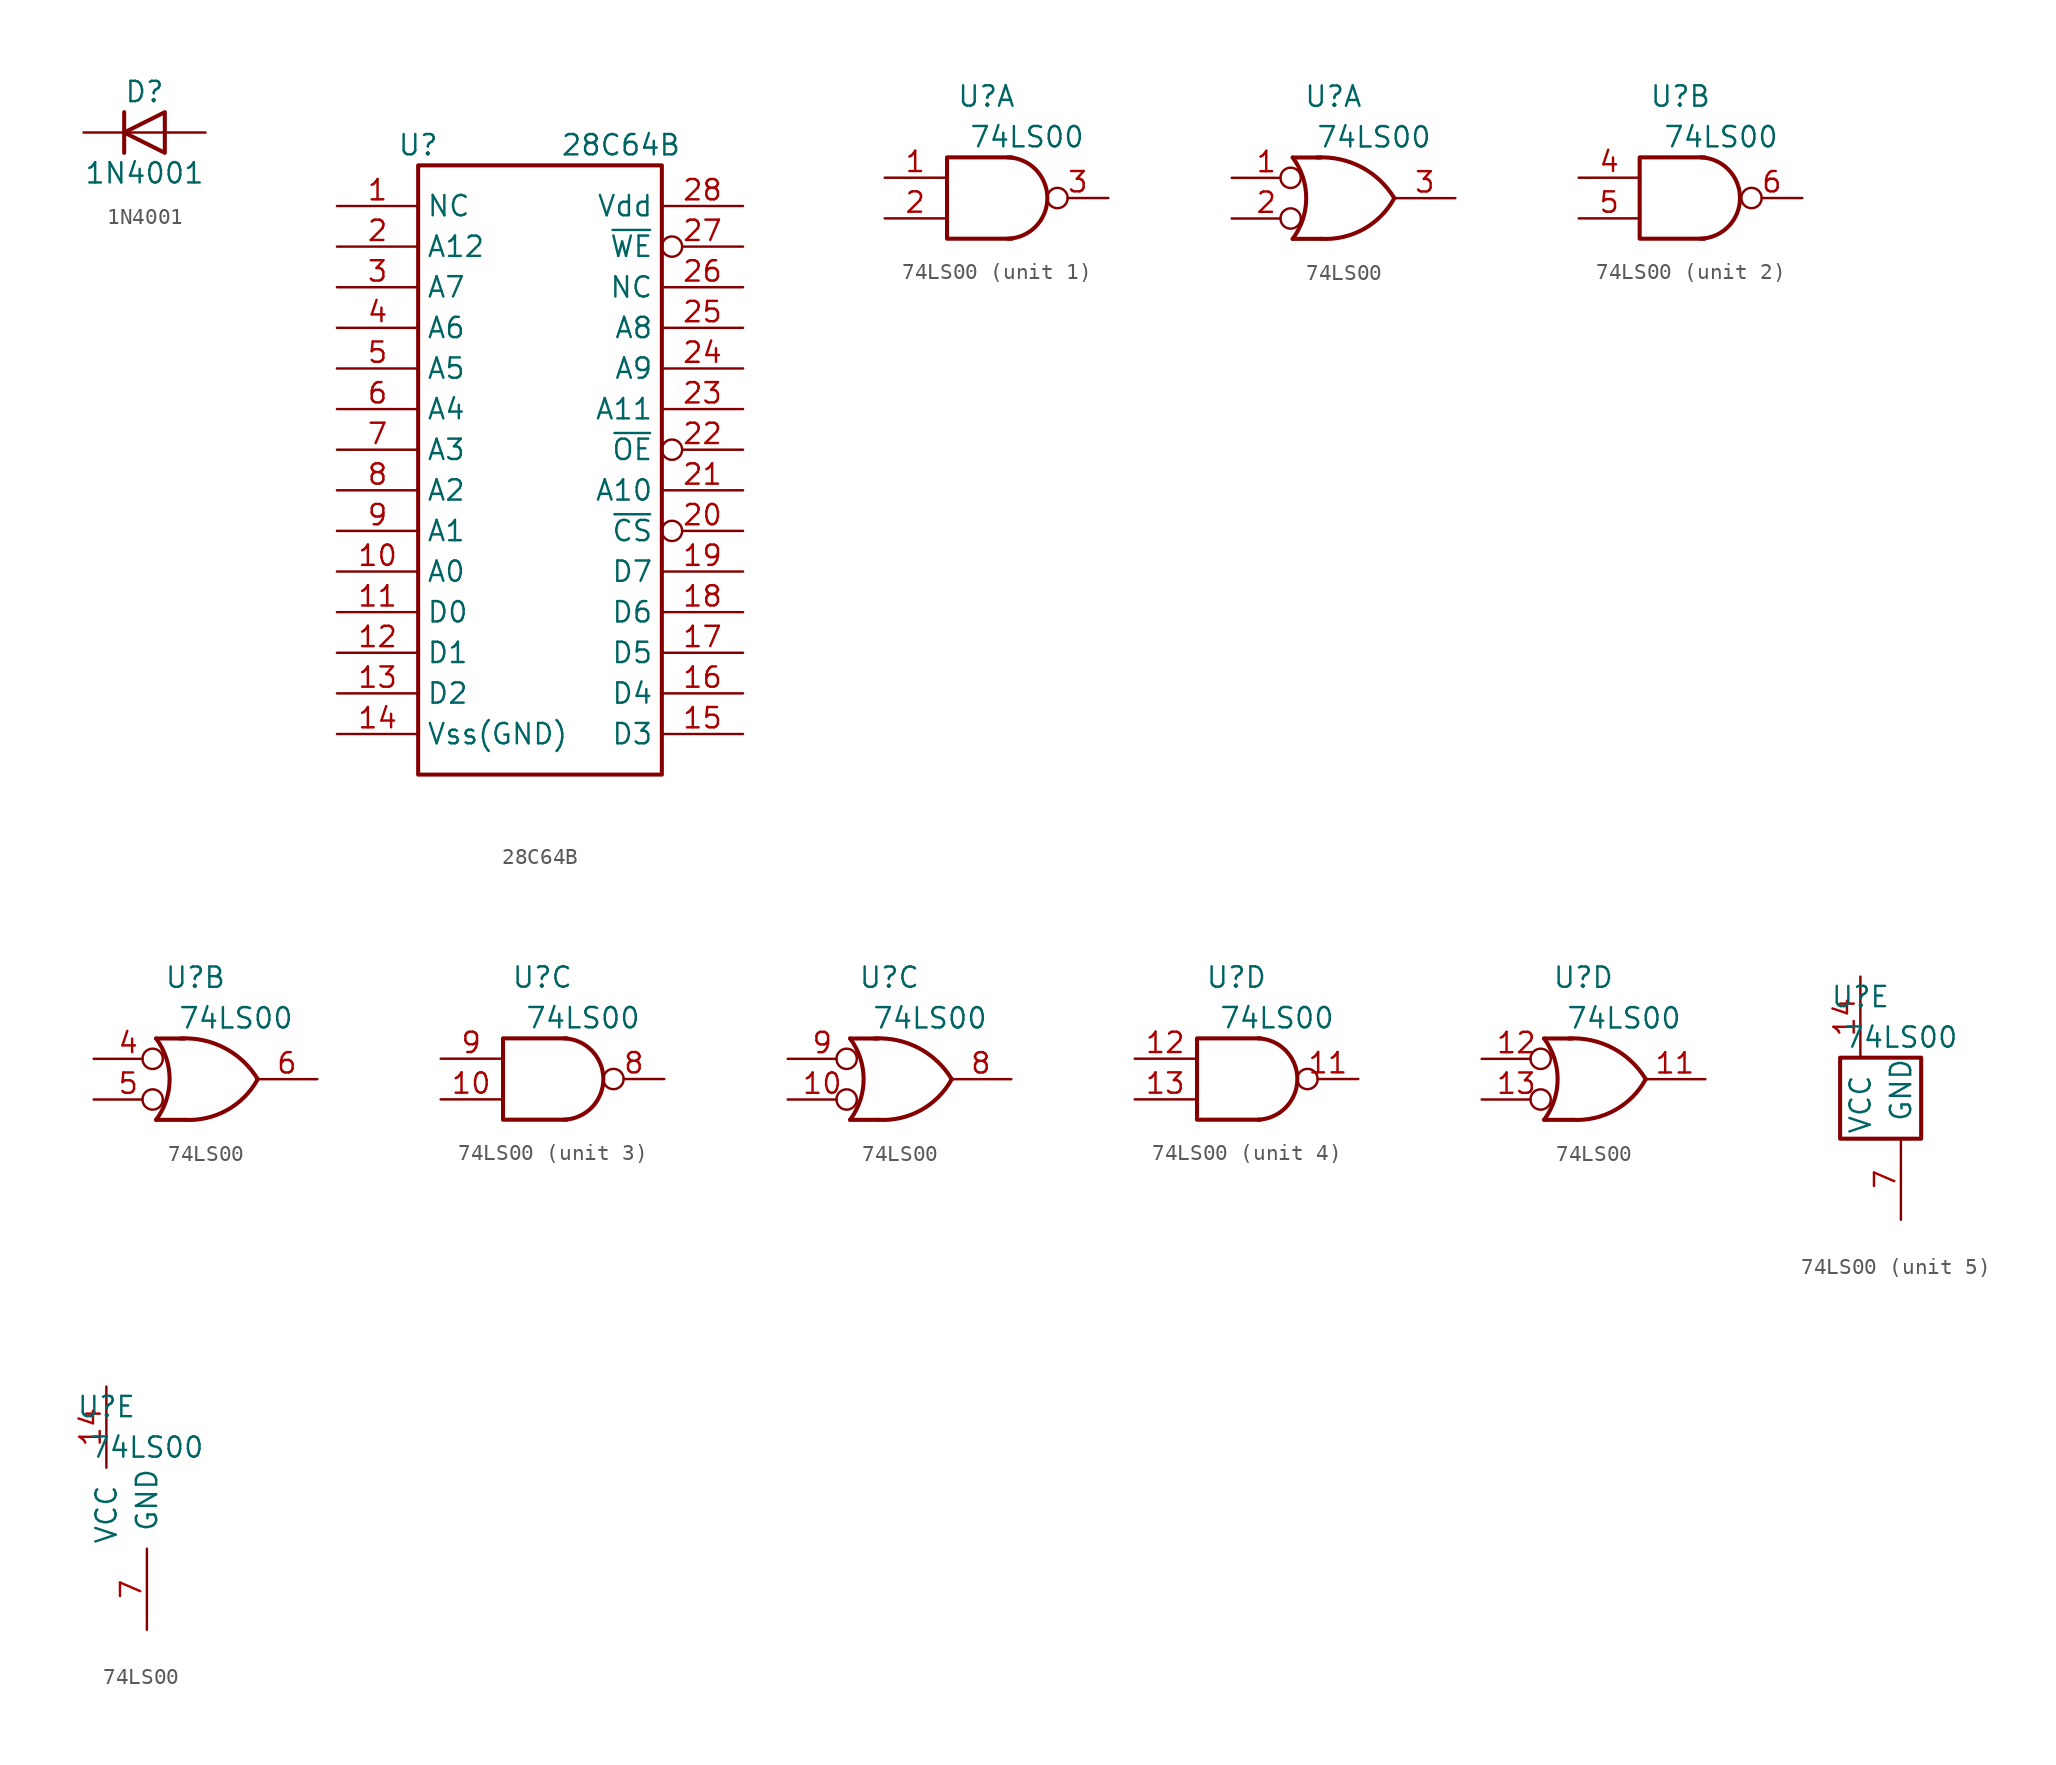
<source format=kicad_sym>
(kicad_symbol_lib
  (version 20241209)
  (generator "kicad_symbol_editor")
  (generator_version "9.0")
  (symbol "1N4001"
    (pin_numbers
      (hide yes))
    (pin_names
      (hide yes))
    (property "Reference" "D"
      (at 0 2.54 0)
      (effects (font (size 1.27 1.27))))
    (property "Value" "1N4001"
      (at 0 -2.54 0)
      (effects (font (size 1.27 1.27))))
    (symbol "1N4001_0_1"
      (polyline (pts (xy -1.27 1.27) (xy -1.27 -1.27)) (stroke (width 0.254) (type default)) (fill (type none)))
      (polyline (pts (xy 1.27 1.27) (xy 1.27 -1.27) (xy -1.27 0) (xy 1.27 1.27)) (stroke (width 0.254) (type default)) (fill (type none)))
      (polyline (pts (xy 1.27 0) (xy -1.27 0)) (stroke (width 0) (type default)) (fill (type none))))
    (symbol "1N4001_1_1"
      (pin passive line (at -3.81 0 0) (length 2.54) (name "K" (effects (font (size 1.27 1.27)))) (number "1" (effects (font (size 1.27 1.27)))))
      (pin passive line (at 3.81 0 180) (length 2.54) (name "A" (effects (font (size 1.27 1.27)))) (number "2" (effects (font (size 1.27 1.27)))))))
  (symbol "28C64B"
    (property "Reference" "U"
      (at -7.62 19.05 0)
      (effects (font (size 1.27 1.27))))
    (property "Value" "28C64B"
      (at 1.27 19.05 0)
      (effects (font (size 1.27 1.27)) (justify left)))
    (symbol "28C64B_1_1"
      (rectangle (start -7.62 17.78) (end 7.62 -20.32) (stroke (width 0.254) (type default)) (fill (type none)))
      (pin free line (at -12.7 15.24 0) (length 5.08) (name "NC" (effects (font (size 1.27 1.27)))) (number "1" (effects (font (size 1.27 1.27)))))
      (pin input line (at -12.7 12.7 0) (length 5.08) (name "A12" (effects (font (size 1.27 1.27)))) (number "2" (effects (font (size 1.27 1.27)))))
      (pin input line (at -12.7 10.16 0) (length 5.08) (name "A7" (effects (font (size 1.27 1.27)))) (number "3" (effects (font (size 1.27 1.27)))))
      (pin input line (at -12.7 7.62 0) (length 5.08) (name "A6" (effects (font (size 1.27 1.27)))) (number "4" (effects (font (size 1.27 1.27)))))
      (pin input line (at -12.7 5.08 0) (length 5.08) (name "A5" (effects (font (size 1.27 1.27)))) (number "5" (effects (font (size 1.27 1.27)))))
      (pin input line (at -12.7 2.54 0) (length 5.08) (name "A4" (effects (font (size 1.27 1.27)))) (number "6" (effects (font (size 1.27 1.27)))))
      (pin input line (at -12.7 0 0) (length 5.08) (name "A3" (effects (font (size 1.27 1.27)))) (number "7" (effects (font (size 1.27 1.27)))))
      (pin input line (at -12.7 -2.54 0) (length 5.08) (name "A2" (effects (font (size 1.27 1.27)))) (number "8" (effects (font (size 1.27 1.27)))))
      (pin input line (at -12.7 -5.08 0) (length 5.08) (name "A1" (effects (font (size 1.27 1.27)))) (number "9" (effects (font (size 1.27 1.27)))))
      (pin input line (at -12.7 -7.62 0) (length 5.08) (name "A0" (effects (font (size 1.27 1.27)))) (number "10" (effects (font (size 1.27 1.27)))))
      (pin tri_state line (at -12.7 -10.16 0) (length 5.08) (name "D0" (effects (font (size 1.27 1.27)))) (number "11" (effects (font (size 1.27 1.27)))))
      (pin tri_state line (at -12.7 -12.7 0) (length 5.08) (name "D1" (effects (font (size 1.27 1.27)))) (number "12" (effects (font (size 1.27 1.27)))))
      (pin tri_state line (at -12.7 -15.24 0) (length 5.08) (name "D2" (effects (font (size 1.27 1.27)))) (number "13" (effects (font (size 1.27 1.27)))))
      (pin power_in line (at -12.7 -17.78 0) (length 5.08) (name "Vss(GND)" (effects (font (size 1.27 1.27)))) (number "14" (effects (font (size 1.27 1.27)))))
      (pin power_in line (at 12.7 15.24 180) (length 5.08) (name "Vdd" (effects (font (size 1.27 1.27)))) (number "28" (effects (font (size 1.27 1.27)))))
      (pin input inverted (at 12.7 12.7 180) (length 5.08) (name "~{WE}" (effects (font (size 1.27 1.27)))) (number "27" (effects (font (size 1.27 1.27)))))
      (pin free line (at 12.7 10.16 180) (length 5.08) (name "NC" (effects (font (size 1.27 1.27)))) (number "26" (effects (font (size 1.27 1.27)))))
      (pin input line (at 12.7 7.62 180) (length 5.08) (name "A8" (effects (font (size 1.27 1.27)))) (number "25" (effects (font (size 1.27 1.27)))))
      (pin input line (at 12.7 5.08 180) (length 5.08) (name "A9" (effects (font (size 1.27 1.27)))) (number "24" (effects (font (size 1.27 1.27)))))
      (pin input line (at 12.7 2.54 180) (length 5.08) (name "A11" (effects (font (size 1.27 1.27)))) (number "23" (effects (font (size 1.27 1.27)))))
      (pin input inverted (at 12.7 0 180) (length 5.08) (name "~{OE}" (effects (font (size 1.27 1.27)))) (number "22" (effects (font (size 1.27 1.27)))))
      (pin input line (at 12.7 -2.54 180) (length 5.08) (name "A10" (effects (font (size 1.27 1.27)))) (number "21" (effects (font (size 1.27 1.27)))))
      (pin input inverted (at 12.7 -5.08 180) (length 5.08) (name "~{CS}" (effects (font (size 1.27 1.27)))) (number "20" (effects (font (size 1.27 1.27)))))
      (pin tri_state line (at 12.7 -7.62 180) (length 5.08) (name "D7" (effects (font (size 1.27 1.27)))) (number "19" (effects (font (size 1.27 1.27)))))
      (pin tri_state line (at 12.7 -10.16 180) (length 5.08) (name "D6" (effects (font (size 1.27 1.27)))) (number "18" (effects (font (size 1.27 1.27)))))
      (pin tri_state line (at 12.7 -12.7 180) (length 5.08) (name "D5" (effects (font (size 1.27 1.27)))) (number "17" (effects (font (size 1.27 1.27)))))
      (pin tri_state line (at 12.7 -15.24 180) (length 5.08) (name "D4" (effects (font (size 1.27 1.27)))) (number "16" (effects (font (size 1.27 1.27)))))
      (pin tri_state line (at 12.7 -17.78 180) (length 5.08) (name "D3" (effects (font (size 1.27 1.27)))) (number "15" (effects (font (size 1.27 1.27)))))))
  (symbol "74LS00"
    (pin_names
      (offset 1.016))
    (property "Reference" "U"
      (at -1.27 6.35 0)
      (effects (font (size 1.27 1.27))))
    (property "Value" "74LS00"
      (at 1.27 3.81 0)
      (effects (font (size 1.27 1.27))))
    (property "ki_locked" ""
      (at 0 0 0)
      (effects (font (size 1.27 1.27))))
    (symbol "74LS00_1_1"
      (arc (start 0.0843 2.54) (mid 2.5414 0) (end 0.0843 -2.54) (stroke (width 0.254) (type default)) (fill (type none)))
      (polyline (pts (xy 0.338 2.54) (xy -3.726 2.54) (xy -3.726 -2.54) (xy 0.338 -2.54)) (stroke (width 0.254) (type default)) (fill (type none)))
      (pin input line (at -7.62 1.27 0) (length 3.81) (name "~" (effects (font (size 1.27 1.27)))) (number "1" (effects (font (size 1.27 1.27)))))
      (pin input line (at -7.62 -1.27 0) (length 3.81) (name "~" (effects (font (size 1.27 1.27)))) (number "2" (effects (font (size 1.27 1.27)))))
      (pin output inverted (at 6.35 0 180) (length 3.81) (name "~" (effects (font (size 1.27 1.27)))) (number "3" (effects (font (size 1.27 1.27))))))
    (symbol "74LS00_1_2"
      (arc (start -3.81 2.54) (mid -2.964 0) (end -3.81 -2.54) (stroke (width 0.254) (type default)) (fill (type none)))
      (polyline (pts (xy -3.81 2.54) (xy -2.032 2.54)) (stroke (width 0.254) (type default)) (fill (type none)))
      (polyline (pts (xy -3.81 -2.54) (xy -2.032 -2.54)) (stroke (width 0.254) (type default)) (fill (type none)))
      (arc (start -2.286 2.54) (mid 0.4797 1.9402) (end 2.54 0) (stroke (width 0.254) (type default)) (fill (type none)))
      (arc (start 2.54 0) (mid 0.6219 -1.9322) (end -2.032 -2.54) (stroke (width 0.254) (type default)) (fill (type none)))
      (polyline (pts (xy -1.27 2.54) (xy -3.81 2.54) (xy -3.175 1.27) (xy -2.794 0) (xy -3.175 -1.27) (xy -3.81 -2.54) (xy -1.27 -2.54)) (stroke (width -0.0001) (type default)) (fill (type none)))
      (pin input inverted (at -7.62 1.27 0) (length 4.318) (name "~" (effects (font (size 1.27 1.27)))) (number "1" (effects (font (size 1.27 1.27)))))
      (pin input inverted (at -7.62 -1.27 0) (length 4.318) (name "~" (effects (font (size 1.27 1.27)))) (number "2" (effects (font (size 1.27 1.27)))))
      (pin output line (at 6.35 0 180) (length 3.81) (name "~" (effects (font (size 1.27 1.27)))) (number "3" (effects (font (size 1.27 1.27))))))
    (symbol "74LS00_2_1"
      (arc (start 0 2.54) (mid 2.4571 0) (end 0 -2.54) (stroke (width 0.254) (type default)) (fill (type none)))
      (polyline (pts (xy 0.254 2.54) (xy -3.81 2.54) (xy -3.81 -2.54) (xy 0.254 -2.54)) (stroke (width 0.254) (type default)) (fill (type none)))
      (pin input line (at -7.62 1.27 0) (length 3.81) (name "~" (effects (font (size 1.27 1.27)))) (number "4" (effects (font (size 1.27 1.27)))))
      (pin input line (at -7.62 -1.27 0) (length 3.81) (name "~" (effects (font (size 1.27 1.27)))) (number "5" (effects (font (size 1.27 1.27)))))
      (pin output inverted (at 6.35 0 180) (length 3.81) (name "~" (effects (font (size 1.27 1.27)))) (number "6" (effects (font (size 1.27 1.27))))))
    (symbol "74LS00_2_2"
      (arc (start -3.722 2.54) (mid -2.876 0) (end -3.722 -2.54) (stroke (width 0.254) (type default)) (fill (type none)))
      (polyline (pts (xy -3.722 2.54) (xy -1.944 2.54)) (stroke (width 0.254) (type default)) (fill (type none)))
      (polyline (pts (xy -3.722 -2.54) (xy -1.944 -2.54)) (stroke (width 0.254) (type default)) (fill (type none)))
      (arc (start -2.198 2.54) (mid 0.5677 1.9402) (end 2.628 0) (stroke (width 0.254) (type default)) (fill (type none)))
      (arc (start 2.628 0) (mid 0.7099 -1.9322) (end -1.944 -2.54) (stroke (width 0.254) (type default)) (fill (type none)))
      (polyline (pts (xy -1.182 2.54) (xy -3.722 2.54) (xy -3.087 1.27) (xy -2.706 0) (xy -3.087 -1.27) (xy -3.722 -2.54) (xy -1.182 -2.54)) (stroke (width -0.0001) (type default)) (fill (type none)))
      (pin input inverted (at -7.62 1.27 0) (length 4.318) (name "~" (effects (font (size 1.27 1.27)))) (number "4" (effects (font (size 1.27 1.27)))))
      (pin input inverted (at -7.62 -1.27 0) (length 4.318) (name "~" (effects (font (size 1.27 1.27)))) (number "5" (effects (font (size 1.27 1.27)))))
      (pin output line (at 6.35 0 180) (length 3.81) (name "~" (effects (font (size 1.27 1.27)))) (number "6" (effects (font (size 1.27 1.27))))))
    (symbol "74LS00_3_1"
      (arc (start 0.0843 2.54) (mid 2.5414 0) (end 0.0843 -2.54) (stroke (width 0.254) (type default)) (fill (type none)))
      (polyline (pts (xy 0.254 2.54) (xy -3.726 2.54) (xy -3.726 -2.54) (xy 0.254 -2.54)) (stroke (width 0.254) (type default)) (fill (type none)))
      (pin input line (at -7.62 1.27 0) (length 3.81) (name "~" (effects (font (size 1.27 1.27)))) (number "9" (effects (font (size 1.27 1.27)))))
      (pin input line (at -7.62 -1.27 0) (length 3.81) (name "~" (effects (font (size 1.27 1.27)))) (number "10" (effects (font (size 1.27 1.27)))))
      (pin output inverted (at 6.35 0 180) (length 3.81) (name "~" (effects (font (size 1.27 1.27)))) (number "8" (effects (font (size 1.27 1.27))))))
    (symbol "74LS00_3_2"
      (arc (start -3.722 2.54) (mid -2.876 0) (end -3.722 -2.54) (stroke (width 0.254) (type default)) (fill (type none)))
      (polyline (pts (xy -3.722 2.54) (xy -1.944 2.54)) (stroke (width 0.254) (type default)) (fill (type none)))
      (polyline (pts (xy -3.722 -2.54) (xy -1.944 -2.54)) (stroke (width 0.254) (type default)) (fill (type none)))
      (arc (start -2.198 2.54) (mid 0.5677 1.9402) (end 2.628 0) (stroke (width 0.254) (type default)) (fill (type none)))
      (arc (start 2.628 0) (mid 0.7099 -1.9322) (end -1.944 -2.54) (stroke (width 0.254) (type default)) (fill (type none)))
      (polyline (pts (xy -1.182 2.54) (xy -3.722 2.54) (xy -3.087 1.27) (xy -2.706 0) (xy -3.087 -1.27) (xy -3.722 -2.54) (xy -1.182 -2.54)) (stroke (width -0.0001) (type default)) (fill (type none)))
      (pin input inverted (at -7.62 1.27 0) (length 4.318) (name "~" (effects (font (size 1.27 1.27)))) (number "9" (effects (font (size 1.27 1.27)))))
      (pin input inverted (at -7.62 -1.27 0) (length 4.318) (name "~" (effects (font (size 1.27 1.27)))) (number "10" (effects (font (size 1.27 1.27)))))
      (pin output line (at 6.35 0 180) (length 3.81) (name "~" (effects (font (size 1.27 1.27)))) (number "8" (effects (font (size 1.27 1.27))))))
    (symbol "74LS00_4_1"
      (arc (start 0.0843 2.54) (mid 2.5414 0) (end 0.0843 -2.54) (stroke (width 0.254) (type default)) (fill (type none)))
      (polyline (pts (xy 0.254 2.54) (xy -3.726 2.54) (xy -3.726 -2.54) (xy 0.254 -2.54)) (stroke (width 0.254) (type default)) (fill (type none)))
      (pin input line (at -7.62 1.27 0) (length 3.81) (name "~" (effects (font (size 1.27 1.27)))) (number "12" (effects (font (size 1.27 1.27)))))
      (pin input line (at -7.62 -1.27 0) (length 3.81) (name "~" (effects (font (size 1.27 1.27)))) (number "13" (effects (font (size 1.27 1.27)))))
      (pin output inverted (at 6.35 0 180) (length 3.81) (name "~" (effects (font (size 1.27 1.27)))) (number "11" (effects (font (size 1.27 1.27))))))
    (symbol "74LS00_4_2"
      (arc (start -3.722 2.54) (mid -2.876 0) (end -3.722 -2.54) (stroke (width 0.254) (type default)) (fill (type none)))
      (polyline (pts (xy -3.722 2.54) (xy -1.944 2.54)) (stroke (width 0.254) (type default)) (fill (type none)))
      (polyline (pts (xy -3.722 -2.54) (xy -1.944 -2.54)) (stroke (width 0.254) (type default)) (fill (type none)))
      (arc (start -2.198 2.54) (mid 0.5677 1.9402) (end 2.628 0) (stroke (width 0.254) (type default)) (fill (type none)))
      (arc (start 2.628 0) (mid 0.7099 -1.9322) (end -1.944 -2.54) (stroke (width 0.254) (type default)) (fill (type none)))
      (polyline (pts (xy -1.182 2.54) (xy -3.722 2.54) (xy -3.087 1.27) (xy -2.706 0) (xy -3.087 -1.27) (xy -3.722 -2.54) (xy -1.182 -2.54)) (stroke (width -0.0001) (type default)) (fill (type none)))
      (pin input inverted (at -7.62 1.27 0) (length 4.318) (name "~" (effects (font (size 1.27 1.27)))) (number "12" (effects (font (size 1.27 1.27)))))
      (pin input inverted (at -7.62 -1.27 0) (length 4.318) (name "~" (effects (font (size 1.27 1.27)))) (number "13" (effects (font (size 1.27 1.27)))))
      (pin output line (at 6.35 0 180) (length 3.81) (name "~" (effects (font (size 1.27 1.27)))) (number "11" (effects (font (size 1.27 1.27))))))
    (symbol "74LS00_5_0"
      (pin power_in line (at -1.27 7.62 270) (length 5.08) (name "VCC" (effects (font (size 1.27 1.27)))) (number "14" (effects (font (size 1.27 1.27)))))
      (pin power_in line (at 1.27 -7.62 90) (length 5.08) (name "GND" (effects (font (size 1.27 1.27)))) (number "7" (effects (font (size 1.27 1.27))))))
    (symbol "74LS00_5_1"
      (rectangle (start -2.54 2.54) (end 2.54 -2.54) (stroke (width 0.254) (type default)) (fill (type none))))))
</source>
